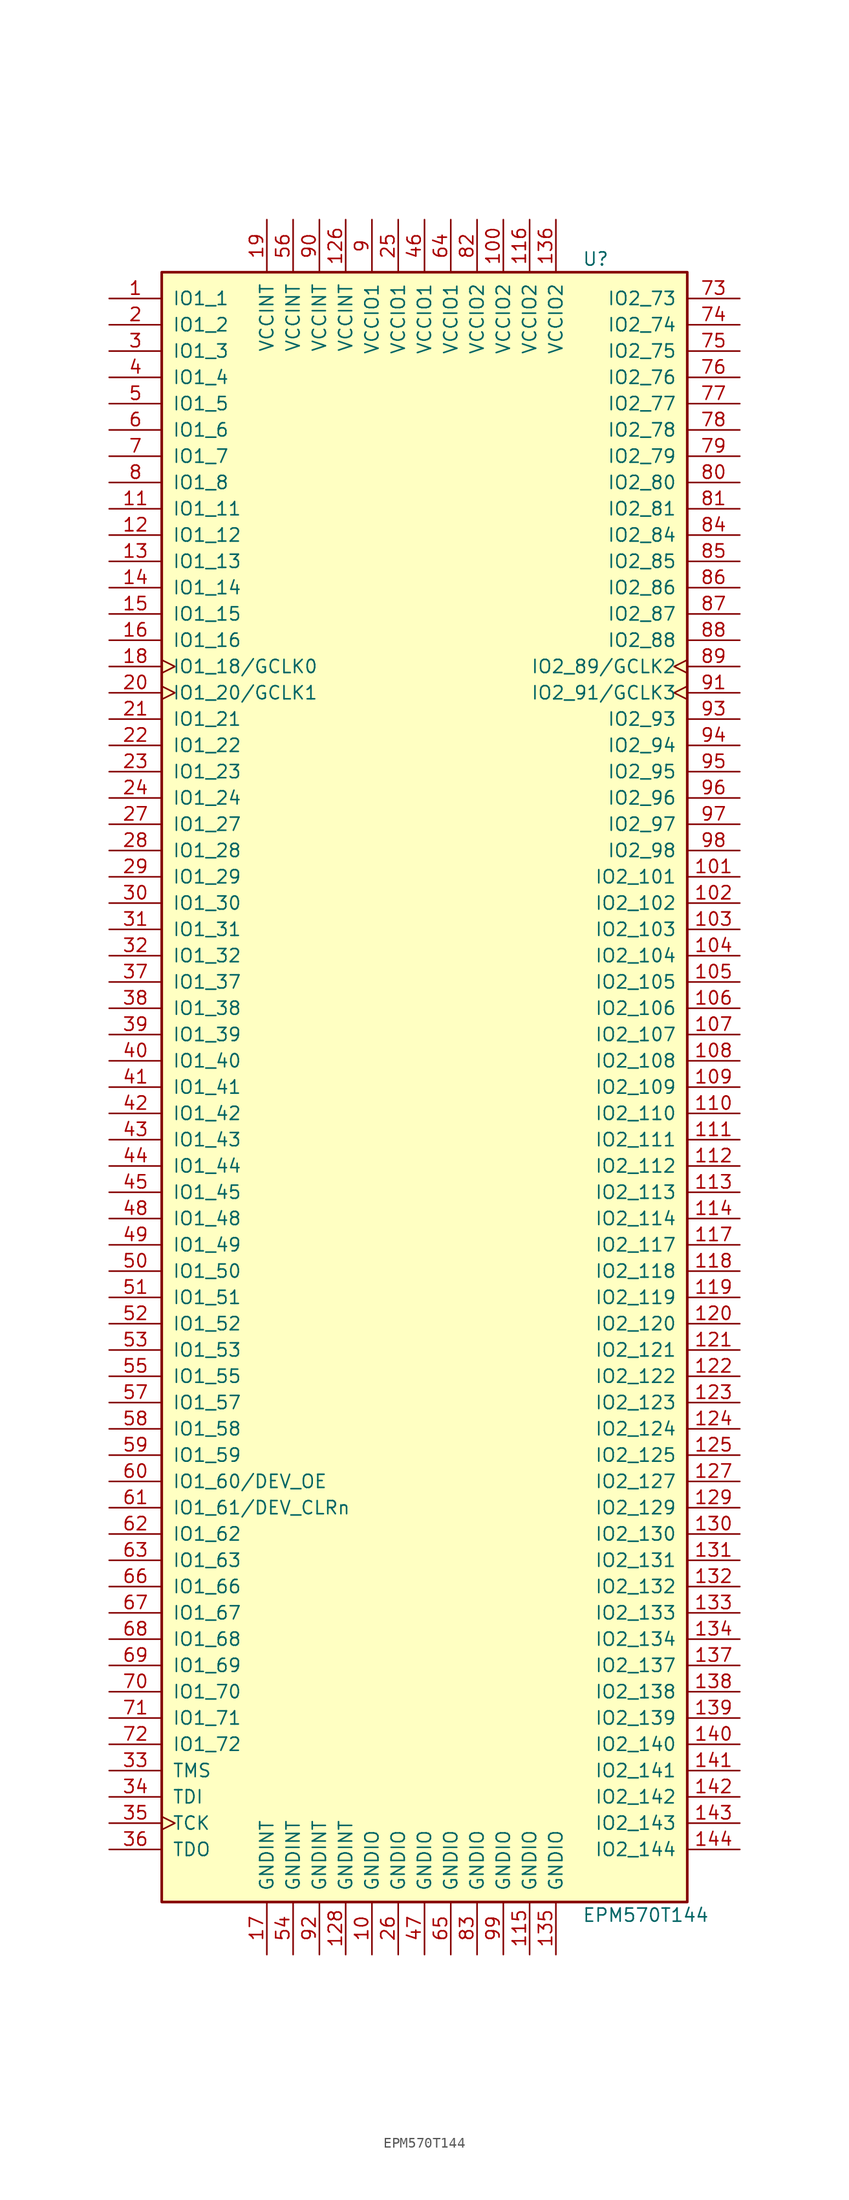
<source format=kicad_sym>
(kicad_symbol_lib
  (version 20201005)
  (generator kicad_symbol_editor)
  (symbol "CPLD_Altera:EPM570T144"
    (pin_names
      (offset 1.016))
    (property "Reference" "U"
      (at 15.24 80.01 0)
      (effects (font (size 1.27 1.27)) (justify left)))
    (property "Value" "EPM570T144"
      (at 15.24 -80.01 0)
      (effects (font (size 1.27 1.27)) (justify left)))
    (property "ki_locked" ""
      (at 0 0 0)
      (effects (font (size 1.27 1.27))))
    (symbol "EPM570T144_1_1"
      (rectangle (start -25.4 78.74) (end 25.4 -78.74) (stroke (width 0.254)) (fill (type background)))
      (pin bidirectional line (at -30.48 76.2 0) (length 5.08) (name "IO1_1" (effects (font (size 1.27 1.27)))) (number "1" (effects (font (size 1.27 1.27)))))
      (pin bidirectional line (at -30.48 73.66 0) (length 5.08) (name "IO1_2" (effects (font (size 1.27 1.27)))) (number "2" (effects (font (size 1.27 1.27)))))
      (pin bidirectional line (at -30.48 71.12 0) (length 5.08) (name "IO1_3" (effects (font (size 1.27 1.27)))) (number "3" (effects (font (size 1.27 1.27)))))
      (pin bidirectional line (at -30.48 68.58 0) (length 5.08) (name "IO1_4" (effects (font (size 1.27 1.27)))) (number "4" (effects (font (size 1.27 1.27)))))
      (pin bidirectional line (at -30.48 66.04 0) (length 5.08) (name "IO1_5" (effects (font (size 1.27 1.27)))) (number "5" (effects (font (size 1.27 1.27)))))
      (pin bidirectional line (at -30.48 63.5 0) (length 5.08) (name "IO1_6" (effects (font (size 1.27 1.27)))) (number "6" (effects (font (size 1.27 1.27)))))
      (pin bidirectional line (at -30.48 60.96 0) (length 5.08) (name "IO1_7" (effects (font (size 1.27 1.27)))) (number "7" (effects (font (size 1.27 1.27)))))
      (pin bidirectional line (at -30.48 58.42 0) (length 5.08) (name "IO1_8" (effects (font (size 1.27 1.27)))) (number "8" (effects (font (size 1.27 1.27)))))
      (pin bidirectional line (at -30.48 55.88 0) (length 5.08) (name "IO1_11" (effects (font (size 1.27 1.27)))) (number "11" (effects (font (size 1.27 1.27)))))
      (pin bidirectional line (at -30.48 53.34 0) (length 5.08) (name "IO1_12" (effects (font (size 1.27 1.27)))) (number "12" (effects (font (size 1.27 1.27)))))
      (pin bidirectional line (at -30.48 50.8 0) (length 5.08) (name "IO1_13" (effects (font (size 1.27 1.27)))) (number "13" (effects (font (size 1.27 1.27)))))
      (pin bidirectional line (at -30.48 48.26 0) (length 5.08) (name "IO1_14" (effects (font (size 1.27 1.27)))) (number "14" (effects (font (size 1.27 1.27)))))
      (pin bidirectional line (at -30.48 45.72 0) (length 5.08) (name "IO1_15" (effects (font (size 1.27 1.27)))) (number "15" (effects (font (size 1.27 1.27)))))
      (pin bidirectional line (at -30.48 43.18 0) (length 5.08) (name "IO1_16" (effects (font (size 1.27 1.27)))) (number "16" (effects (font (size 1.27 1.27)))))
      (pin bidirectional clock (at -30.48 40.64 0) (length 5.08) (name "IO1_18/GCLK0" (effects (font (size 1.27 1.27)))) (number "18" (effects (font (size 1.27 1.27)))))
      (pin bidirectional clock (at -30.48 38.1 0) (length 5.08) (name "IO1_20/GCLK1" (effects (font (size 1.27 1.27)))) (number "20" (effects (font (size 1.27 1.27)))))
      (pin bidirectional line (at -30.48 35.56 0) (length 5.08) (name "IO1_21" (effects (font (size 1.27 1.27)))) (number "21" (effects (font (size 1.27 1.27)))))
      (pin bidirectional line (at -30.48 33.02 0) (length 5.08) (name "IO1_22" (effects (font (size 1.27 1.27)))) (number "22" (effects (font (size 1.27 1.27)))))
      (pin bidirectional line (at -30.48 30.48 0) (length 5.08) (name "IO1_23" (effects (font (size 1.27 1.27)))) (number "23" (effects (font (size 1.27 1.27)))))
      (pin bidirectional line (at -30.48 27.94 0) (length 5.08) (name "IO1_24" (effects (font (size 1.27 1.27)))) (number "24" (effects (font (size 1.27 1.27)))))
      (pin bidirectional line (at -30.48 25.4 0) (length 5.08) (name "IO1_27" (effects (font (size 1.27 1.27)))) (number "27" (effects (font (size 1.27 1.27)))))
      (pin bidirectional line (at -30.48 22.86 0) (length 5.08) (name "IO1_28" (effects (font (size 1.27 1.27)))) (number "28" (effects (font (size 1.27 1.27)))))
      (pin bidirectional line (at -30.48 20.32 0) (length 5.08) (name "IO1_29" (effects (font (size 1.27 1.27)))) (number "29" (effects (font (size 1.27 1.27)))))
      (pin bidirectional line (at -30.48 17.78 0) (length 5.08) (name "IO1_30" (effects (font (size 1.27 1.27)))) (number "30" (effects (font (size 1.27 1.27)))))
      (pin bidirectional line (at -30.48 15.24 0) (length 5.08) (name "IO1_31" (effects (font (size 1.27 1.27)))) (number "31" (effects (font (size 1.27 1.27)))))
      (pin bidirectional line (at -30.48 12.7 0) (length 5.08) (name "IO1_32" (effects (font (size 1.27 1.27)))) (number "32" (effects (font (size 1.27 1.27)))))
      (pin bidirectional line (at -30.48 10.16 0) (length 5.08) (name "IO1_37" (effects (font (size 1.27 1.27)))) (number "37" (effects (font (size 1.27 1.27)))))
      (pin bidirectional line (at -30.48 7.62 0) (length 5.08) (name "IO1_38" (effects (font (size 1.27 1.27)))) (number "38" (effects (font (size 1.27 1.27)))))
      (pin bidirectional line (at -30.48 5.08 0) (length 5.08) (name "IO1_39" (effects (font (size 1.27 1.27)))) (number "39" (effects (font (size 1.27 1.27)))))
      (pin bidirectional line (at -30.48 2.54 0) (length 5.08) (name "IO1_40" (effects (font (size 1.27 1.27)))) (number "40" (effects (font (size 1.27 1.27)))))
      (pin bidirectional line (at -30.48 0 0) (length 5.08) (name "IO1_41" (effects (font (size 1.27 1.27)))) (number "41" (effects (font (size 1.27 1.27)))))
      (pin bidirectional line (at -30.48 -2.54 0) (length 5.08) (name "IO1_42" (effects (font (size 1.27 1.27)))) (number "42" (effects (font (size 1.27 1.27)))))
      (pin bidirectional line (at -30.48 -5.08 0) (length 5.08) (name "IO1_43" (effects (font (size 1.27 1.27)))) (number "43" (effects (font (size 1.27 1.27)))))
      (pin bidirectional line (at -30.48 -7.62 0) (length 5.08) (name "IO1_44" (effects (font (size 1.27 1.27)))) (number "44" (effects (font (size 1.27 1.27)))))
      (pin bidirectional line (at -30.48 -10.16 0) (length 5.08) (name "IO1_45" (effects (font (size 1.27 1.27)))) (number "45" (effects (font (size 1.27 1.27)))))
      (pin bidirectional line (at -30.48 -12.7 0) (length 5.08) (name "IO1_48" (effects (font (size 1.27 1.27)))) (number "48" (effects (font (size 1.27 1.27)))))
      (pin bidirectional line (at -30.48 -15.24 0) (length 5.08) (name "IO1_49" (effects (font (size 1.27 1.27)))) (number "49" (effects (font (size 1.27 1.27)))))
      (pin bidirectional line (at -30.48 -17.78 0) (length 5.08) (name "IO1_50" (effects (font (size 1.27 1.27)))) (number "50" (effects (font (size 1.27 1.27)))))
      (pin bidirectional line (at -30.48 -20.32 0) (length 5.08) (name "IO1_51" (effects (font (size 1.27 1.27)))) (number "51" (effects (font (size 1.27 1.27)))))
      (pin bidirectional line (at -30.48 -22.86 0) (length 5.08) (name "IO1_52" (effects (font (size 1.27 1.27)))) (number "52" (effects (font (size 1.27 1.27)))))
      (pin bidirectional line (at -30.48 -25.4 0) (length 5.08) (name "IO1_53" (effects (font (size 1.27 1.27)))) (number "53" (effects (font (size 1.27 1.27)))))
      (pin bidirectional line (at -30.48 -27.94 0) (length 5.08) (name "IO1_55" (effects (font (size 1.27 1.27)))) (number "55" (effects (font (size 1.27 1.27)))))
      (pin bidirectional line (at -30.48 -30.48 0) (length 5.08) (name "IO1_57" (effects (font (size 1.27 1.27)))) (number "57" (effects (font (size 1.27 1.27)))))
      (pin bidirectional line (at -30.48 -33.02 0) (length 5.08) (name "IO1_58" (effects (font (size 1.27 1.27)))) (number "58" (effects (font (size 1.27 1.27)))))
      (pin bidirectional line (at -30.48 -35.56 0) (length 5.08) (name "IO1_59" (effects (font (size 1.27 1.27)))) (number "59" (effects (font (size 1.27 1.27)))))
      (pin bidirectional line (at -30.48 -38.1 0) (length 5.08) (name "IO1_60/DEV_OE" (effects (font (size 1.27 1.27)))) (number "60" (effects (font (size 1.27 1.27)))))
      (pin bidirectional line (at -30.48 -40.64 0) (length 5.08) (name "IO1_61/DEV_CLRn" (effects (font (size 1.27 1.27)))) (number "61" (effects (font (size 1.27 1.27)))))
      (pin bidirectional line (at -30.48 -43.18 0) (length 5.08) (name "IO1_62" (effects (font (size 1.27 1.27)))) (number "62" (effects (font (size 1.27 1.27)))))
      (pin bidirectional line (at -30.48 -45.72 0) (length 5.08) (name "IO1_63" (effects (font (size 1.27 1.27)))) (number "63" (effects (font (size 1.27 1.27)))))
      (pin bidirectional line (at -30.48 -48.26 0) (length 5.08) (name "IO1_66" (effects (font (size 1.27 1.27)))) (number "66" (effects (font (size 1.27 1.27)))))
      (pin bidirectional line (at -30.48 -50.8 0) (length 5.08) (name "IO1_67" (effects (font (size 1.27 1.27)))) (number "67" (effects (font (size 1.27 1.27)))))
      (pin bidirectional line (at -30.48 -53.34 0) (length 5.08) (name "IO1_68" (effects (font (size 1.27 1.27)))) (number "68" (effects (font (size 1.27 1.27)))))
      (pin bidirectional line (at -30.48 -55.88 0) (length 5.08) (name "IO1_69" (effects (font (size 1.27 1.27)))) (number "69" (effects (font (size 1.27 1.27)))))
      (pin bidirectional line (at -30.48 -58.42 0) (length 5.08) (name "IO1_70" (effects (font (size 1.27 1.27)))) (number "70" (effects (font (size 1.27 1.27)))))
      (pin bidirectional line (at -30.48 -60.96 0) (length 5.08) (name "IO1_71" (effects (font (size 1.27 1.27)))) (number "71" (effects (font (size 1.27 1.27)))))
      (pin bidirectional line (at -30.48 -63.5 0) (length 5.08) (name "IO1_72" (effects (font (size 1.27 1.27)))) (number "72" (effects (font (size 1.27 1.27)))))
      (pin bidirectional line (at 30.48 76.2 180) (length 5.08) (name "IO2_73" (effects (font (size 1.27 1.27)))) (number "73" (effects (font (size 1.27 1.27)))))
      (pin bidirectional line (at 30.48 73.66 180) (length 5.08) (name "IO2_74" (effects (font (size 1.27 1.27)))) (number "74" (effects (font (size 1.27 1.27)))))
      (pin bidirectional line (at 30.48 71.12 180) (length 5.08) (name "IO2_75" (effects (font (size 1.27 1.27)))) (number "75" (effects (font (size 1.27 1.27)))))
      (pin bidirectional line (at 30.48 68.58 180) (length 5.08) (name "IO2_76" (effects (font (size 1.27 1.27)))) (number "76" (effects (font (size 1.27 1.27)))))
      (pin bidirectional line (at 30.48 66.04 180) (length 5.08) (name "IO2_77" (effects (font (size 1.27 1.27)))) (number "77" (effects (font (size 1.27 1.27)))))
      (pin bidirectional line (at 30.48 63.5 180) (length 5.08) (name "IO2_78" (effects (font (size 1.27 1.27)))) (number "78" (effects (font (size 1.27 1.27)))))
      (pin bidirectional line (at 30.48 60.96 180) (length 5.08) (name "IO2_79" (effects (font (size 1.27 1.27)))) (number "79" (effects (font (size 1.27 1.27)))))
      (pin bidirectional line (at 30.48 58.42 180) (length 5.08) (name "IO2_80" (effects (font (size 1.27 1.27)))) (number "80" (effects (font (size 1.27 1.27)))))
      (pin bidirectional line (at 30.48 55.88 180) (length 5.08) (name "IO2_81" (effects (font (size 1.27 1.27)))) (number "81" (effects (font (size 1.27 1.27)))))
      (pin bidirectional line (at 30.48 53.34 180) (length 5.08) (name "IO2_84" (effects (font (size 1.27 1.27)))) (number "84" (effects (font (size 1.27 1.27)))))
      (pin bidirectional line (at 30.48 50.8 180) (length 5.08) (name "IO2_85" (effects (font (size 1.27 1.27)))) (number "85" (effects (font (size 1.27 1.27)))))
      (pin bidirectional line (at 30.48 48.26 180) (length 5.08) (name "IO2_86" (effects (font (size 1.27 1.27)))) (number "86" (effects (font (size 1.27 1.27)))))
      (pin bidirectional line (at 30.48 45.72 180) (length 5.08) (name "IO2_87" (effects (font (size 1.27 1.27)))) (number "87" (effects (font (size 1.27 1.27)))))
      (pin bidirectional line (at 30.48 43.18 180) (length 5.08) (name "IO2_88" (effects (font (size 1.27 1.27)))) (number "88" (effects (font (size 1.27 1.27)))))
      (pin bidirectional clock (at 30.48 40.64 180) (length 5.08) (name "IO2_89/GCLK2" (effects (font (size 1.27 1.27)))) (number "89" (effects (font (size 1.27 1.27)))))
      (pin bidirectional clock (at 30.48 38.1 180) (length 5.08) (name "IO2_91/GCLK3" (effects (font (size 1.27 1.27)))) (number "91" (effects (font (size 1.27 1.27)))))
      (pin bidirectional line (at 30.48 35.56 180) (length 5.08) (name "IO2_93" (effects (font (size 1.27 1.27)))) (number "93" (effects (font (size 1.27 1.27)))))
      (pin bidirectional line (at 30.48 33.02 180) (length 5.08) (name "IO2_94" (effects (font (size 1.27 1.27)))) (number "94" (effects (font (size 1.27 1.27)))))
      (pin bidirectional line (at 30.48 30.48 180) (length 5.08) (name "IO2_95" (effects (font (size 1.27 1.27)))) (number "95" (effects (font (size 1.27 1.27)))))
      (pin bidirectional line (at 30.48 27.94 180) (length 5.08) (name "IO2_96" (effects (font (size 1.27 1.27)))) (number "96" (effects (font (size 1.27 1.27)))))
      (pin bidirectional line (at 30.48 25.4 180) (length 5.08) (name "IO2_97" (effects (font (size 1.27 1.27)))) (number "97" (effects (font (size 1.27 1.27)))))
      (pin bidirectional line (at 30.48 22.86 180) (length 5.08) (name "IO2_98" (effects (font (size 1.27 1.27)))) (number "98" (effects (font (size 1.27 1.27)))))
      (pin bidirectional line (at 30.48 20.32 180) (length 5.08) (name "IO2_101" (effects (font (size 1.27 1.27)))) (number "101" (effects (font (size 1.27 1.27)))))
      (pin bidirectional line (at 30.48 17.78 180) (length 5.08) (name "IO2_102" (effects (font (size 1.27 1.27)))) (number "102" (effects (font (size 1.27 1.27)))))
      (pin bidirectional line (at 30.48 15.24 180) (length 5.08) (name "IO2_103" (effects (font (size 1.27 1.27)))) (number "103" (effects (font (size 1.27 1.27)))))
      (pin bidirectional line (at 30.48 12.7 180) (length 5.08) (name "IO2_104" (effects (font (size 1.27 1.27)))) (number "104" (effects (font (size 1.27 1.27)))))
      (pin bidirectional line (at 30.48 10.16 180) (length 5.08) (name "IO2_105" (effects (font (size 1.27 1.27)))) (number "105" (effects (font (size 1.27 1.27)))))
      (pin bidirectional line (at 30.48 7.62 180) (length 5.08) (name "IO2_106" (effects (font (size 1.27 1.27)))) (number "106" (effects (font (size 1.27 1.27)))))
      (pin bidirectional line (at 30.48 5.08 180) (length 5.08) (name "IO2_107" (effects (font (size 1.27 1.27)))) (number "107" (effects (font (size 1.27 1.27)))))
      (pin bidirectional line (at 30.48 2.54 180) (length 5.08) (name "IO2_108" (effects (font (size 1.27 1.27)))) (number "108" (effects (font (size 1.27 1.27)))))
      (pin bidirectional line (at 30.48 0 180) (length 5.08) (name "IO2_109" (effects (font (size 1.27 1.27)))) (number "109" (effects (font (size 1.27 1.27)))))
      (pin bidirectional line (at 30.48 -2.54 180) (length 5.08) (name "IO2_110" (effects (font (size 1.27 1.27)))) (number "110" (effects (font (size 1.27 1.27)))))
      (pin bidirectional line (at 30.48 -5.08 180) (length 5.08) (name "IO2_111" (effects (font (size 1.27 1.27)))) (number "111" (effects (font (size 1.27 1.27)))))
      (pin bidirectional line (at 30.48 -7.62 180) (length 5.08) (name "IO2_112" (effects (font (size 1.27 1.27)))) (number "112" (effects (font (size 1.27 1.27)))))
      (pin bidirectional line (at 30.48 -10.16 180) (length 5.08) (name "IO2_113" (effects (font (size 1.27 1.27)))) (number "113" (effects (font (size 1.27 1.27)))))
      (pin bidirectional line (at 30.48 -12.7 180) (length 5.08) (name "IO2_114" (effects (font (size 1.27 1.27)))) (number "114" (effects (font (size 1.27 1.27)))))
      (pin bidirectional line (at 30.48 -15.24 180) (length 5.08) (name "IO2_117" (effects (font (size 1.27 1.27)))) (number "117" (effects (font (size 1.27 1.27)))))
      (pin bidirectional line (at 30.48 -17.78 180) (length 5.08) (name "IO2_118" (effects (font (size 1.27 1.27)))) (number "118" (effects (font (size 1.27 1.27)))))
      (pin bidirectional line (at 30.48 -20.32 180) (length 5.08) (name "IO2_119" (effects (font (size 1.27 1.27)))) (number "119" (effects (font (size 1.27 1.27)))))
      (pin bidirectional line (at 30.48 -22.86 180) (length 5.08) (name "IO2_120" (effects (font (size 1.27 1.27)))) (number "120" (effects (font (size 1.27 1.27)))))
      (pin bidirectional line (at 30.48 -25.4 180) (length 5.08) (name "IO2_121" (effects (font (size 1.27 1.27)))) (number "121" (effects (font (size 1.27 1.27)))))
      (pin bidirectional line (at 30.48 -27.94 180) (length 5.08) (name "IO2_122" (effects (font (size 1.27 1.27)))) (number "122" (effects (font (size 1.27 1.27)))))
      (pin bidirectional line (at 30.48 -30.48 180) (length 5.08) (name "IO2_123" (effects (font (size 1.27 1.27)))) (number "123" (effects (font (size 1.27 1.27)))))
      (pin bidirectional line (at 30.48 -33.02 180) (length 5.08) (name "IO2_124" (effects (font (size 1.27 1.27)))) (number "124" (effects (font (size 1.27 1.27)))))
      (pin bidirectional line (at 30.48 -35.56 180) (length 5.08) (name "IO2_125" (effects (font (size 1.27 1.27)))) (number "125" (effects (font (size 1.27 1.27)))))
      (pin bidirectional line (at 30.48 -38.1 180) (length 5.08) (name "IO2_127" (effects (font (size 1.27 1.27)))) (number "127" (effects (font (size 1.27 1.27)))))
      (pin bidirectional line (at 30.48 -40.64 180) (length 5.08) (name "IO2_129" (effects (font (size 1.27 1.27)))) (number "129" (effects (font (size 1.27 1.27)))))
      (pin bidirectional line (at 30.48 -43.18 180) (length 5.08) (name "IO2_130" (effects (font (size 1.27 1.27)))) (number "130" (effects (font (size 1.27 1.27)))))
      (pin bidirectional line (at 30.48 -45.72 180) (length 5.08) (name "IO2_131" (effects (font (size 1.27 1.27)))) (number "131" (effects (font (size 1.27 1.27)))))
      (pin bidirectional line (at 30.48 -48.26 180) (length 5.08) (name "IO2_132" (effects (font (size 1.27 1.27)))) (number "132" (effects (font (size 1.27 1.27)))))
      (pin bidirectional line (at 30.48 -50.8 180) (length 5.08) (name "IO2_133" (effects (font (size 1.27 1.27)))) (number "133" (effects (font (size 1.27 1.27)))))
      (pin bidirectional line (at 30.48 -53.34 180) (length 5.08) (name "IO2_134" (effects (font (size 1.27 1.27)))) (number "134" (effects (font (size 1.27 1.27)))))
      (pin bidirectional line (at 30.48 -55.88 180) (length 5.08) (name "IO2_137" (effects (font (size 1.27 1.27)))) (number "137" (effects (font (size 1.27 1.27)))))
      (pin bidirectional line (at 30.48 -58.42 180) (length 5.08) (name "IO2_138" (effects (font (size 1.27 1.27)))) (number "138" (effects (font (size 1.27 1.27)))))
      (pin bidirectional line (at 30.48 -60.96 180) (length 5.08) (name "IO2_139" (effects (font (size 1.27 1.27)))) (number "139" (effects (font (size 1.27 1.27)))))
      (pin bidirectional line (at 30.48 -63.5 180) (length 5.08) (name "IO2_140" (effects (font (size 1.27 1.27)))) (number "140" (effects (font (size 1.27 1.27)))))
      (pin bidirectional line (at 30.48 -66.04 180) (length 5.08) (name "IO2_141" (effects (font (size 1.27 1.27)))) (number "141" (effects (font (size 1.27 1.27)))))
      (pin bidirectional line (at 30.48 -68.58 180) (length 5.08) (name "IO2_142" (effects (font (size 1.27 1.27)))) (number "142" (effects (font (size 1.27 1.27)))))
      (pin bidirectional line (at 30.48 -71.12 180) (length 5.08) (name "IO2_143" (effects (font (size 1.27 1.27)))) (number "143" (effects (font (size 1.27 1.27)))))
      (pin bidirectional line (at 30.48 -73.66 180) (length 5.08) (name "IO2_144" (effects (font (size 1.27 1.27)))) (number "144" (effects (font (size 1.27 1.27)))))
      (pin input line (at -30.48 -66.04 0) (length 5.08) (name "TMS" (effects (font (size 1.27 1.27)))) (number "33" (effects (font (size 1.27 1.27)))))
      (pin input line (at -30.48 -68.58 0) (length 5.08) (name "TDI" (effects (font (size 1.27 1.27)))) (number "34" (effects (font (size 1.27 1.27)))))
      (pin input clock (at -30.48 -71.12 0) (length 5.08) (name "TCK" (effects (font (size 1.27 1.27)))) (number "35" (effects (font (size 1.27 1.27)))))
      (pin output line (at -30.48 -73.66 0) (length 5.08) (name "TDO" (effects (font (size 1.27 1.27)))) (number "36" (effects (font (size 1.27 1.27)))))
      (pin power_in line (at -15.24 -83.82 90) (length 5.08) (name "GNDINT" (effects (font (size 1.27 1.27)))) (number "17" (effects (font (size 1.27 1.27)))))
      (pin power_in line (at -12.7 -83.82 90) (length 5.08) (name "GNDINT" (effects (font (size 1.27 1.27)))) (number "54" (effects (font (size 1.27 1.27)))))
      (pin power_in line (at -10.16 -83.82 90) (length 5.08) (name "GNDINT" (effects (font (size 1.27 1.27)))) (number "92" (effects (font (size 1.27 1.27)))))
      (pin power_in line (at -7.62 -83.82 90) (length 5.08) (name "GNDINT" (effects (font (size 1.27 1.27)))) (number "128" (effects (font (size 1.27 1.27)))))
      (pin power_in line (at -5.08 -83.82 90) (length 5.08) (name "GNDIO" (effects (font (size 1.27 1.27)))) (number "10" (effects (font (size 1.27 1.27)))))
      (pin power_in line (at -2.54 -83.82 90) (length 5.08) (name "GNDIO" (effects (font (size 1.27 1.27)))) (number "26" (effects (font (size 1.27 1.27)))))
      (pin power_in line (at 0 -83.82 90) (length 5.08) (name "GNDIO" (effects (font (size 1.27 1.27)))) (number "47" (effects (font (size 1.27 1.27)))))
      (pin power_in line (at 2.54 -83.82 90) (length 5.08) (name "GNDIO" (effects (font (size 1.27 1.27)))) (number "65" (effects (font (size 1.27 1.27)))))
      (pin power_in line (at 5.08 -83.82 90) (length 5.08) (name "GNDIO" (effects (font (size 1.27 1.27)))) (number "83" (effects (font (size 1.27 1.27)))))
      (pin power_in line (at 7.62 -83.82 90) (length 5.08) (name "GNDIO" (effects (font (size 1.27 1.27)))) (number "99" (effects (font (size 1.27 1.27)))))
      (pin power_in line (at 10.16 -83.82 90) (length 5.08) (name "GNDIO" (effects (font (size 1.27 1.27)))) (number "115" (effects (font (size 1.27 1.27)))))
      (pin power_in line (at 12.7 -83.82 90) (length 5.08) (name "GNDIO" (effects (font (size 1.27 1.27)))) (number "135" (effects (font (size 1.27 1.27)))))
      (pin power_in line (at -15.24 83.82 270) (length 5.08) (name "VCCINT" (effects (font (size 1.27 1.27)))) (number "19" (effects (font (size 1.27 1.27)))))
      (pin power_in line (at -12.7 83.82 270) (length 5.08) (name "VCCINT" (effects (font (size 1.27 1.27)))) (number "56" (effects (font (size 1.27 1.27)))))
      (pin power_in line (at -10.16 83.82 270) (length 5.08) (name "VCCINT" (effects (font (size 1.27 1.27)))) (number "90" (effects (font (size 1.27 1.27)))))
      (pin power_in line (at -7.62 83.82 270) (length 5.08) (name "VCCINT" (effects (font (size 1.27 1.27)))) (number "126" (effects (font (size 1.27 1.27)))))
      (pin power_in line (at -5.08 83.82 270) (length 5.08) (name "VCCIO1" (effects (font (size 1.27 1.27)))) (number "9" (effects (font (size 1.27 1.27)))))
      (pin power_in line (at -2.54 83.82 270) (length 5.08) (name "VCCIO1" (effects (font (size 1.27 1.27)))) (number "25" (effects (font (size 1.27 1.27)))))
      (pin power_in line (at 0 83.82 270) (length 5.08) (name "VCCIO1" (effects (font (size 1.27 1.27)))) (number "46" (effects (font (size 1.27 1.27)))))
      (pin power_in line (at 2.54 83.82 270) (length 5.08) (name "VCCIO1" (effects (font (size 1.27 1.27)))) (number "64" (effects (font (size 1.27 1.27)))))
      (pin power_in line (at 5.08 83.82 270) (length 5.08) (name "VCCIO2" (effects (font (size 1.27 1.27)))) (number "82" (effects (font (size 1.27 1.27)))))
      (pin power_in line (at 7.62 83.82 270) (length 5.08) (name "VCCIO2" (effects (font (size 1.27 1.27)))) (number "100" (effects (font (size 1.27 1.27)))))
      (pin power_in line (at 10.16 83.82 270) (length 5.08) (name "VCCIO2" (effects (font (size 1.27 1.27)))) (number "116" (effects (font (size 1.27 1.27)))))
      (pin power_in line (at 12.7 83.82 270) (length 5.08) (name "VCCIO2" (effects (font (size 1.27 1.27)))) (number "136" (effects (font (size 1.27 1.27))))))))
</source>
